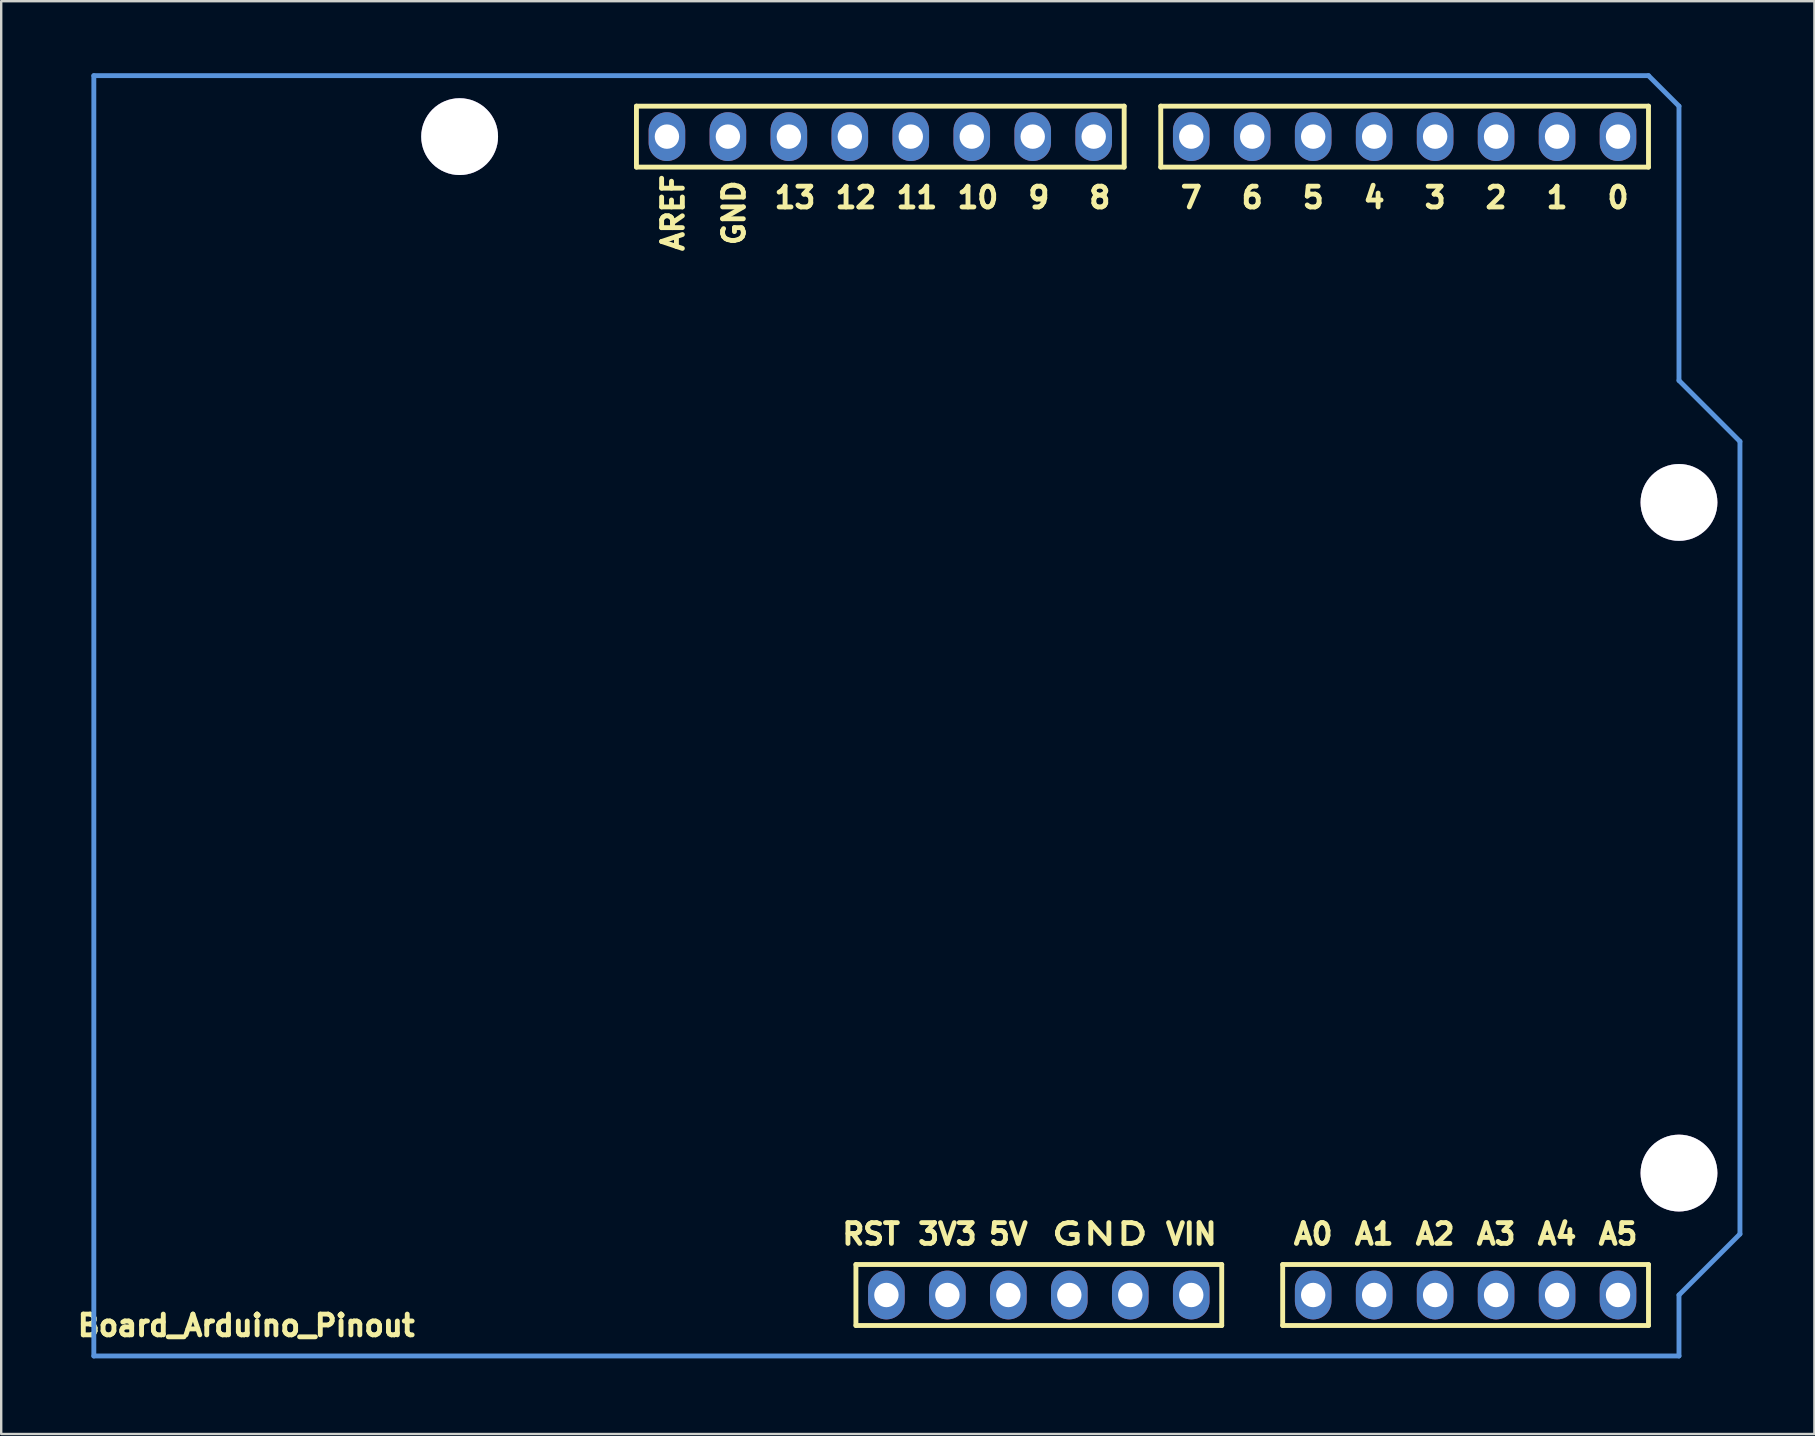
<source format=kicad_pcb>
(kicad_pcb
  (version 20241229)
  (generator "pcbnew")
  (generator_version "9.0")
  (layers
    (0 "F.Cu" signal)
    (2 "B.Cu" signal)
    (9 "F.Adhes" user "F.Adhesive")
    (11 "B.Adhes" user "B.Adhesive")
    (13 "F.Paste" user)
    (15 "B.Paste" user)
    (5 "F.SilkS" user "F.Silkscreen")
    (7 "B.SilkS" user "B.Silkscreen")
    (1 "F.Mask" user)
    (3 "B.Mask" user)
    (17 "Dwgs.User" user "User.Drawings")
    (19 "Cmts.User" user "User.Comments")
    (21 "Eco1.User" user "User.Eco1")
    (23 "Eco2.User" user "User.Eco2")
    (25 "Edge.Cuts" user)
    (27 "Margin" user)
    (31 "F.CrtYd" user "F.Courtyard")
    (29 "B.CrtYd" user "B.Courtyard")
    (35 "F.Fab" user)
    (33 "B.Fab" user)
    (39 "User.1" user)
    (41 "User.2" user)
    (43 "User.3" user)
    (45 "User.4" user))
  (footprint "Board_Arduino_Pinout"
    (layer "F.Cu")
    (at 0.859 53.442)
    (property "Reference" "Board_Arduino_Pinout" (at 6.35 -1.27 0) (layer "F.SilkS") (effects (font (size 0.864 0.864) (thickness 0.203))))
    (attr through_hole)
    (fp_line (start 22.606 -52.07) (end 22.606 -49.53) (stroke (width 0.203) (type solid)) (layer "F.SilkS"))
    (fp_line (start 22.606 -49.53) (end 42.926 -49.53) (stroke (width 0.203) (type solid)) (layer "F.SilkS"))
    (fp_line (start 31.75 -3.81) (end 31.75 -1.27) (stroke (width 0.203) (type solid)) (layer "F.SilkS"))
    (fp_line (start 31.75 -1.27) (end 46.99 -1.27) (stroke (width 0.203) (type solid)) (layer "F.SilkS"))
    (fp_line (start 42.926 -52.07) (end 22.606 -52.07) (stroke (width 0.203) (type solid)) (layer "F.SilkS"))
    (fp_line (start 42.926 -49.53) (end 42.926 -52.07) (stroke (width 0.203) (type solid)) (layer "F.SilkS"))
    (fp_line (start 44.45 -52.07) (end 44.45 -49.53) (stroke (width 0.203) (type solid)) (layer "F.SilkS"))
    (fp_line (start 44.45 -49.53) (end 64.77 -49.53) (stroke (width 0.203) (type solid)) (layer "F.SilkS"))
    (fp_line (start 46.99 -3.81) (end 31.75 -3.81) (stroke (width 0.203) (type solid)) (layer "F.SilkS"))
    (fp_line (start 46.99 -3.81) (end 46.99 -1.27) (stroke (width 0.203) (type solid)) (layer "F.SilkS"))
    (fp_line (start 49.53 -3.81) (end 64.77 -3.81) (stroke (width 0.203) (type solid)) (layer "F.SilkS"))
    (fp_line (start 49.53 -1.27) (end 49.53 -3.81) (stroke (width 0.203) (type solid)) (layer "F.SilkS"))
    (fp_line (start 64.77 -52.07) (end 44.45 -52.07) (stroke (width 0.203) (type solid)) (layer "F.SilkS"))
    (fp_line (start 64.77 -49.53) (end 64.77 -52.07) (stroke (width 0.203) (type solid)) (layer "F.SilkS"))
    (fp_line (start 64.77 -3.81) (end 64.77 -1.27) (stroke (width 0.203) (type solid)) (layer "F.SilkS"))
    (fp_line (start 64.77 -1.27) (end 49.53 -1.27) (stroke (width 0.203) (type solid)) (layer "F.SilkS"))
    (fp_line (start 0 -53.34) (end 0 0) (stroke (width 0.203) (type solid)) (layer "Cmts.User"))
    (fp_line (start 64.77 -53.34) (end 0 -53.34) (stroke (width 0.203) (type solid)) (layer "Cmts.User"))
    (fp_line (start 64.77 -53.34) (end 66.04 -52.07) (stroke (width 0.203) (type solid)) (layer "Cmts.User"))
    (fp_line (start 66.04 -52.07) (end 66.04 -40.64) (stroke (width 0.203) (type solid)) (layer "Cmts.User"))
    (fp_line (start 66.04 -40.64) (end 68.58 -38.1) (stroke (width 0.203) (type solid)) (layer "Cmts.User"))
    (fp_line (start 66.04 -2.54) (end 68.58 -5.08) (stroke (width 0.203) (type solid)) (layer "Cmts.User"))
    (fp_line (start 66.04 0) (end 0 0) (stroke (width 0.203) (type solid)) (layer "Cmts.User"))
    (fp_line (start 66.04 0) (end 66.04 -2.54) (stroke (width 0.203) (type solid)) (layer "Cmts.User"))
    (fp_line (start 68.58 -38.1) (end 68.58 -5.08) (stroke (width 0.203) (type solid)) (layer "Cmts.User"))
    (fp_text user "A5" (at 63.5 -5.08 0) (layer "F.SilkS") (effects (font (size 0.864 0.864) (thickness 0.203))))
    (fp_text user "5V" (at 38.1 -5.08 0) (layer "F.SilkS") (effects (font (size 0.864 0.864) (thickness 0.203))))
    (fp_text user "2" (at 58.42 -48.26 0) (layer "F.SilkS") (effects (font (size 0.864 0.864) (thickness 0.203))))
    (fp_text user "7" (at 45.72 -48.26 0) (layer "F.SilkS") (effects (font (size 0.864 0.864) (thickness 0.203))))
    (fp_text user "RST" (at 32.385 -5.08 180) (layer "F.SilkS") (effects (font (size 0.864 0.864) (thickness 0.203))))
    (fp_text user "3" (at 55.88 -48.26 0) (layer "F.SilkS") (effects (font (size 0.864 0.864) (thickness 0.203))))
    (fp_text user "13" (at 29.21 -48.26 0) (layer "F.SilkS") (effects (font (size 0.864 0.864) (thickness 0.203))))
    (fp_text user "10" (at 36.83 -48.26 0) (layer "F.SilkS") (effects (font (size 0.864 0.864) (thickness 0.203))))
    (fp_text user "5" (at 50.8 -48.26 0) (layer "F.SilkS") (effects (font (size 0.864 0.864) (thickness 0.203))))
    (fp_text user "A4" (at 60.96 -5.08 0) (layer "F.SilkS") (effects (font (size 0.864 0.864) (thickness 0.203))))
    (fp_text user "AREF" (at 24.13 -47.625 90) (layer "F.SilkS") (effects (font (size 0.864 0.864) (thickness 0.203))))
    (fp_text user "GND" (at 41.91 -5.08 0) (layer "F.SilkS") (effects (font (size 0.864 1.321) (thickness 0.203))))
    (fp_text user "11" (at 34.29 -48.26 0) (layer "F.SilkS") (effects (font (size 0.864 0.864) (thickness 0.203))))
    (fp_text user "A2" (at 55.88 -5.08 0) (layer "F.SilkS") (effects (font (size 0.864 0.864) (thickness 0.203))))
    (fp_text user "A1" (at 53.34 -5.08 0) (layer "F.SilkS") (effects (font (size 0.864 0.864) (thickness 0.203))))
    (fp_text user "4" (at 53.34 -48.26 0) (layer "F.SilkS") (effects (font (size 0.864 0.864) (thickness 0.203))))
    (fp_text user "12" (at 31.75 -48.26 0) (layer "F.SilkS") (effects (font (size 0.864 0.864) (thickness 0.203))))
    (fp_text user "9" (at 39.37 -48.26 0) (layer "F.SilkS") (effects (font (size 0.864 0.864) (thickness 0.203))))
    (fp_text user "8" (at 41.91 -48.26 0) (layer "F.SilkS") (effects (font (size 0.864 0.864) (thickness 0.203))))
    (fp_text user "VIN" (at 45.72 -5.08 0) (layer "F.SilkS") (effects (font (size 0.864 0.864) (thickness 0.203))))
    (fp_text user "A0" (at 50.8 -5.08 0) (layer "F.SilkS") (effects (font (size 0.864 0.864) (thickness 0.203))))
    (fp_text user "GND" (at 26.67 -47.625 90) (layer "F.SilkS") (effects (font (size 0.864 0.864) (thickness 0.203))))
    (fp_text user "A3" (at 58.42 -5.08 0) (layer "F.SilkS") (effects (font (size 0.864 0.864) (thickness 0.203))))
    (fp_text user "0" (at 63.5 -48.26 0) (layer "F.SilkS") (effects (font (size 0.864 0.864) (thickness 0.203))))
    (fp_text user "6" (at 48.26 -48.26 0) (layer "F.SilkS") (effects (font (size 0.864 0.864) (thickness 0.203))))
    (fp_text user "1" (at 60.96 -48.26 0) (layer "F.SilkS") (effects (font (size 0.864 0.864) (thickness 0.203))))
    (fp_text user "3V3" (at 35.56 -5.08 180) (layer "F.SilkS") (effects (font (size 0.864 0.864) (thickness 0.203))))
    (pad "0" thru_hole circle (at 15.24 -50.8) (size 3.2 3.2) (drill 3.2) (layers "*.Cu"))
    (pad "0" thru_hole circle (at 66.04 -35.56) (size 3.2 3.2) (drill 3.2) (layers "*.Cu"))
    (pad "0" thru_hole circle (at 66.04 -7.62) (size 3.2 3.2) (drill 3.2) (layers "*.Cu"))
    (pad "1" thru_hole oval (at 63.5 -50.8) (size 1.524 2.032) (drill 1.016) (layers "*.Cu" "*.Mask"))
    (pad "2" thru_hole oval (at 60.96 -50.8) (size 1.524 2.032) (drill 1.016) (layers "*.Cu" "*.Mask"))
    (pad "3" thru_hole oval (at 58.42 -50.8) (size 1.524 2.032) (drill 1.016) (layers "*.Cu" "*.Mask"))
    (pad "4" thru_hole oval (at 55.88 -50.8) (size 1.524 2.032) (drill 1.016) (layers "*.Cu" "*.Mask"))
    (pad "5" thru_hole oval (at 53.34 -50.8) (size 1.524 2.032) (drill 1.016) (layers "*.Cu" "*.Mask"))
    (pad "6" thru_hole oval (at 50.8 -50.8) (size 1.524 2.032) (drill 1.016) (layers "*.Cu" "*.Mask"))
    (pad "7" thru_hole oval (at 48.26 -50.8) (size 1.524 2.032) (drill 1.016) (layers "*.Cu" "*.Mask"))
    (pad "8" thru_hole oval (at 45.72 -50.8) (size 1.524 2.032) (drill 1.016) (layers "*.Cu" "*.Mask"))
    (pad "9" thru_hole oval (at 41.656 -50.8) (size 1.524 2.032) (drill 1.016) (layers "*.Cu" "*.Mask"))
    (pad "10" thru_hole oval (at 39.116 -50.8) (size 1.524 2.032) (drill 1.016) (layers "*.Cu" "*.Mask"))
    (pad "11" thru_hole oval (at 36.576 -50.8) (size 1.524 2.032) (drill 1.016) (layers "*.Cu" "*.Mask"))
    (pad "12" thru_hole oval (at 34.036 -50.8) (size 1.524 2.032) (drill 1.016) (layers "*.Cu" "*.Mask"))
    (pad "13" thru_hole oval (at 31.496 -50.8) (size 1.524 2.032) (drill 1.016) (layers "*.Cu" "*.Mask"))
    (pad "14" thru_hole oval (at 28.956 -50.8) (size 1.524 2.032) (drill 1.016) (layers "*.Cu" "*.Mask"))
    (pad "15" thru_hole oval (at 26.416 -50.8) (size 1.524 2.032) (drill 1.016) (layers "*.Cu" "*.Mask"))
    (pad "16" thru_hole oval (at 23.876 -50.8) (size 1.524 2.032) (drill 1.016) (layers "*.Cu" "*.Mask"))
    (pad "17" thru_hole oval (at 63.5 -2.54) (size 1.524 2.032) (drill 1.016) (layers "*.Cu" "*.Mask"))
    (pad "18" thru_hole oval (at 60.96 -2.54) (size 1.524 2.032) (drill 1.016) (layers "*.Cu" "*.Mask"))
    (pad "19" thru_hole oval (at 58.42 -2.54) (size 1.524 2.032) (drill 1.016) (layers "*.Cu" "*.Mask"))
    (pad "20" thru_hole oval (at 55.88 -2.54) (size 1.524 2.032) (drill 1.016) (layers "*.Cu" "*.Mask"))
    (pad "21" thru_hole oval (at 53.34 -2.54) (size 1.524 2.032) (drill 1.016) (layers "*.Cu" "*.Mask"))
    (pad "22" thru_hole oval (at 50.8 -2.54) (size 1.524 2.032) (drill 1.016) (layers "*.Cu" "*.Mask"))
    (pad "23" thru_hole oval (at 45.72 -2.54) (size 1.524 2.032) (drill 1.016) (layers "*.Cu" "*.Mask"))
    (pad "24" thru_hole oval (at 43.18 -2.54) (size 1.524 2.032) (drill 1.016) (layers "*.Cu" "*.Mask"))
    (pad "25" thru_hole oval (at 40.64 -2.54) (size 1.524 2.032) (drill 1.016) (layers "*.Cu" "*.Mask"))
    (pad "26" thru_hole oval (at 38.1 -2.54) (size 1.524 2.032) (drill 1.016) (layers "*.Cu" "*.Mask"))
    (pad "27" thru_hole oval (at 35.56 -2.54) (size 1.524 2.032) (drill 1.016) (layers "*.Cu" "*.Mask"))
    (pad "28" thru_hole oval (at 33.02 -2.54) (size 1.524 2.032) (drill 1.016) (layers "*.Cu" "*.Mask")))
  (gr_rect
    (start -3 -3)
    (end 72.541 56.692)
    (stroke (width 0.1) (type default))
    (fill no)
    (layer "Edge.Cuts")))
</source>
